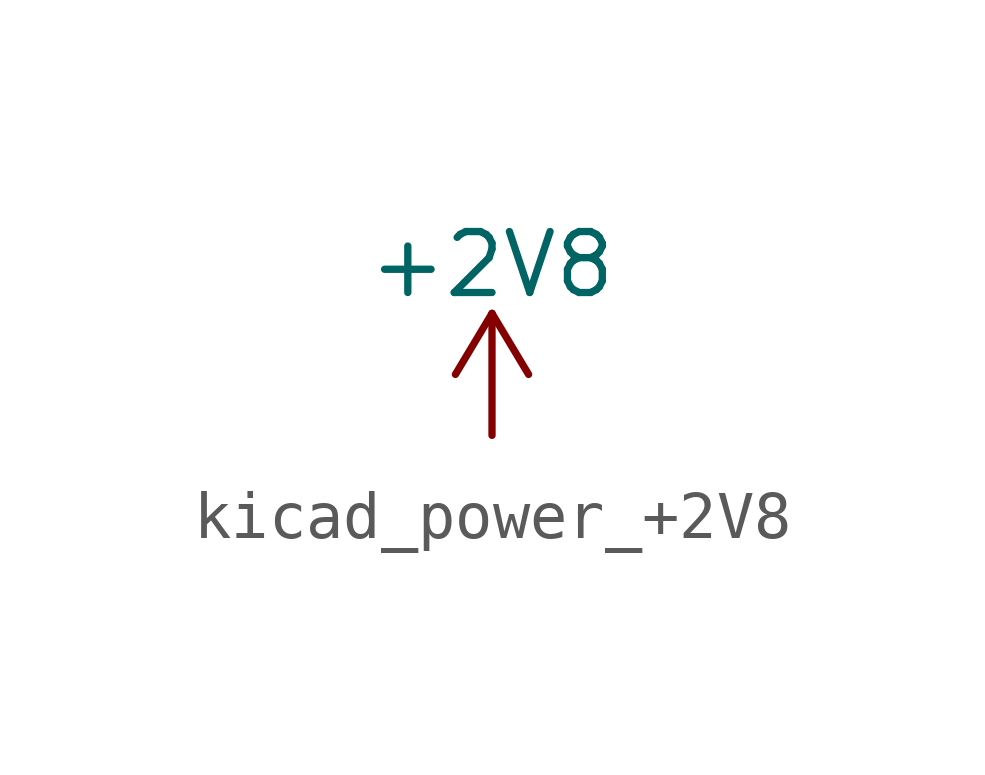
<source format=kicad_sym>
(kicad_symbol_lib
  (version 20220914)
  (generator kicad_symbol_editor)
  (symbol "kicad_power_+2V8"
    (power)
    (pin_names
      (offset 0))
    (property "Reference" "#PWR"
      (at 0 -3.81 0)
      (effects (font (size 1.27 1.27)) hide))
    (property "Value" "+2V8"
      (at 0 3.556 0)
      (effects (font (size 1.27 1.27))))
    (symbol "kicad_power_+2V8_0_1"
      (polyline (pts (xy -0.762 1.27) (xy 0 2.54)) (stroke (width 0) (type default)) (fill (type none)))
      (polyline (pts (xy 0 0) (xy 0 2.54)) (stroke (width 0) (type default)) (fill (type none)))
      (polyline (pts (xy 0 2.54) (xy 0.762 1.27)) (stroke (width 0) (type default)) (fill (type none))))
    (symbol "kicad_power_+2V8_1_1"
      (pin power_in line (at 0 0 90) (length 0) hide (name "+2V8" (effects (font (size 1.27 1.27)))) (number "1" (effects (font (size 1.27 1.27))))))))
</source>
